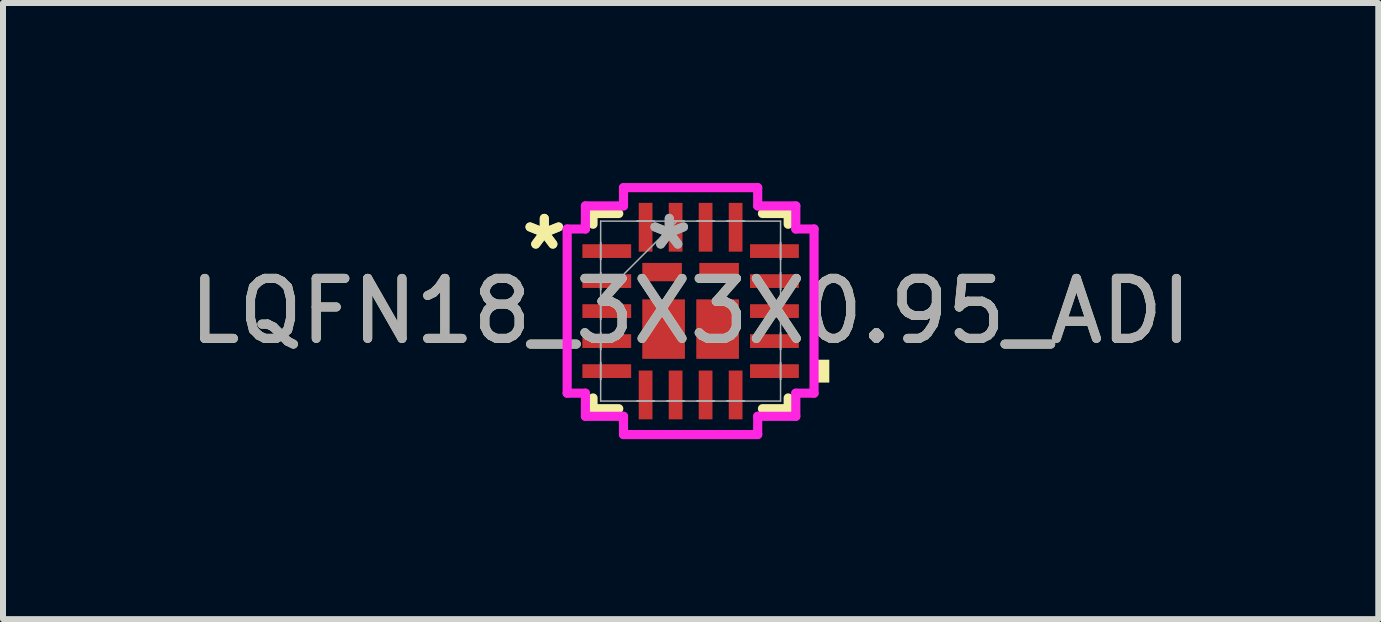
<source format=kicad_pcb>
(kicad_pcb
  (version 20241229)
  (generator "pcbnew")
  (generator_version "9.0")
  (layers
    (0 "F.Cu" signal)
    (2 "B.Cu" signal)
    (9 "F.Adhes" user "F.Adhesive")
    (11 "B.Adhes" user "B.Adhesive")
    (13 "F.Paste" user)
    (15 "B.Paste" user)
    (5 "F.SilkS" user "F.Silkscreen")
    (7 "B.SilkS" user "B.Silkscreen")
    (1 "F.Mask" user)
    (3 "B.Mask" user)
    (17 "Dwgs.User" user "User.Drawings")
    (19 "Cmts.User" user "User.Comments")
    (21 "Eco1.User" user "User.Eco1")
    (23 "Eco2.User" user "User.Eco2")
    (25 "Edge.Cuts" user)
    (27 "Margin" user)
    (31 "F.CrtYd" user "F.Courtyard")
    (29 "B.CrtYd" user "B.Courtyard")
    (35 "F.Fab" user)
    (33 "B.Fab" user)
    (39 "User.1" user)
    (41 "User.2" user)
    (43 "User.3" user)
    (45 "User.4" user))
  (footprint "LQFN18_3X3X0.95_ADI"
    (layer "F.Cu")
    (at 8.458 2.134)
    (property "Reference" "LQFN18_3X3X0.95_ADI" (at 0 0 0) (unlocked yes) (layer "F.SilkS") (effects (font (size 1 1) (thickness 0.15))))
    (attr smd)
    (fp_line (start -1.626 -1.626) (end -1.626 -1.447) (stroke (width 0.152) (type solid)) (layer "F.SilkS"))
    (fp_line (start -1.626 1.447) (end -1.626 1.626) (stroke (width 0.152) (type solid)) (layer "F.SilkS"))
    (fp_line (start -1.626 1.626) (end -1.197 1.626) (stroke (width 0.152) (type solid)) (layer "F.SilkS"))
    (fp_line (start -1.197 -1.626) (end -1.626 -1.626) (stroke (width 0.152) (type solid)) (layer "F.SilkS"))
    (fp_line (start 1.197 1.626) (end 1.626 1.626) (stroke (width 0.152) (type solid)) (layer "F.SilkS"))
    (fp_line (start 1.626 -1.626) (end 1.197 -1.626) (stroke (width 0.152) (type solid)) (layer "F.SilkS"))
    (fp_line (start 1.626 -1.447) (end 1.626 -1.626) (stroke (width 0.152) (type solid)) (layer "F.SilkS"))
    (fp_line (start 1.626 1.626) (end 1.626 1.447) (stroke (width 0.152) (type solid)) (layer "F.SilkS"))
    (fp_poly (pts (xy 2.311 0.81) (xy 2.311 1.191) (xy 2.057 1.191) (xy 2.057 0.81)) (stroke (width 0) (type solid)) (fill yes) (layer "F.SilkS"))
    (fp_line (start -2.057 -1.368) (end -1.753 -1.368) (stroke (width 0.152) (type solid)) (layer "F.CrtYd"))
    (fp_line (start -2.057 1.368) (end -2.057 -1.368) (stroke (width 0.152) (type solid)) (layer "F.CrtYd"))
    (fp_line (start -1.753 -1.753) (end -1.118 -1.753) (stroke (width 0.152) (type solid)) (layer "F.CrtYd"))
    (fp_line (start -1.753 -1.368) (end -1.753 -1.753) (stroke (width 0.152) (type solid)) (layer "F.CrtYd"))
    (fp_line (start -1.753 1.368) (end -2.057 1.368) (stroke (width 0.152) (type solid)) (layer "F.CrtYd"))
    (fp_line (start -1.753 1.753) (end -1.753 1.368) (stroke (width 0.152) (type solid)) (layer "F.CrtYd"))
    (fp_line (start -1.118 -2.057) (end 1.118 -2.057) (stroke (width 0.152) (type solid)) (layer "F.CrtYd"))
    (fp_line (start -1.118 -1.753) (end -1.118 -2.057) (stroke (width 0.152) (type solid)) (layer "F.CrtYd"))
    (fp_line (start -1.118 1.753) (end -1.753 1.753) (stroke (width 0.152) (type solid)) (layer "F.CrtYd"))
    (fp_line (start -1.118 2.057) (end -1.118 1.753) (stroke (width 0.152) (type solid)) (layer "F.CrtYd"))
    (fp_line (start 1.118 -2.057) (end 1.118 -1.753) (stroke (width 0.152) (type solid)) (layer "F.CrtYd"))
    (fp_line (start 1.118 -1.753) (end 1.753 -1.753) (stroke (width 0.152) (type solid)) (layer "F.CrtYd"))
    (fp_line (start 1.118 1.753) (end 1.118 2.057) (stroke (width 0.152) (type solid)) (layer "F.CrtYd"))
    (fp_line (start 1.118 2.057) (end -1.118 2.057) (stroke (width 0.152) (type solid)) (layer "F.CrtYd"))
    (fp_line (start 1.753 -1.753) (end 1.753 -1.368) (stroke (width 0.152) (type solid)) (layer "F.CrtYd"))
    (fp_line (start 1.753 -1.368) (end 2.057 -1.368) (stroke (width 0.152) (type solid)) (layer "F.CrtYd"))
    (fp_line (start 1.753 1.368) (end 1.753 1.753) (stroke (width 0.152) (type solid)) (layer "F.CrtYd"))
    (fp_line (start 1.753 1.753) (end 1.118 1.753) (stroke (width 0.152) (type solid)) (layer "F.CrtYd"))
    (fp_line (start 2.057 -1.368) (end 2.057 1.368) (stroke (width 0.152) (type solid)) (layer "F.CrtYd"))
    (fp_line (start 2.057 1.368) (end 1.753 1.368) (stroke (width 0.152) (type solid)) (layer "F.CrtYd"))
    (fp_line (start -1.499 -1.499) (end -1.499 1.499) (stroke (width 0.025) (type solid)) (layer "F.Fab"))
    (fp_line (start -1.499 -1.14) (end -1.499 -1.14) (stroke (width 0.025) (type solid)) (layer "F.Fab"))
    (fp_line (start -1.499 -1.14) (end -1.499 -0.86) (stroke (width 0.025) (type solid)) (layer "F.Fab"))
    (fp_line (start -1.499 -0.86) (end -1.499 -1.14) (stroke (width 0.025) (type solid)) (layer "F.Fab"))
    (fp_line (start -1.499 -0.86) (end -1.499 -0.86) (stroke (width 0.025) (type solid)) (layer "F.Fab"))
    (fp_line (start -1.499 -0.64) (end -1.499 -0.64) (stroke (width 0.025) (type solid)) (layer "F.Fab"))
    (fp_line (start -1.499 -0.64) (end -1.499 -0.36) (stroke (width 0.025) (type solid)) (layer "F.Fab"))
    (fp_line (start -1.499 -0.36) (end -1.499 -0.64) (stroke (width 0.025) (type solid)) (layer "F.Fab"))
    (fp_line (start -1.499 -0.36) (end -1.499 -0.36) (stroke (width 0.025) (type solid)) (layer "F.Fab"))
    (fp_line (start -1.499 -0.229) (end -0.229 -1.499) (stroke (width 0.025) (type solid)) (layer "F.Fab"))
    (fp_line (start -1.499 -0.14) (end -1.499 -0.14) (stroke (width 0.025) (type solid)) (layer "F.Fab"))
    (fp_line (start -1.499 -0.14) (end -1.499 0.14) (stroke (width 0.025) (type solid)) (layer "F.Fab"))
    (fp_line (start -1.499 0.14) (end -1.499 -0.14) (stroke (width 0.025) (type solid)) (layer "F.Fab"))
    (fp_line (start -1.499 0.14) (end -1.499 0.14) (stroke (width 0.025) (type solid)) (layer "F.Fab"))
    (fp_line (start -1.499 0.36) (end -1.499 0.36) (stroke (width 0.025) (type solid)) (layer "F.Fab"))
    (fp_line (start -1.499 0.36) (end -1.499 0.64) (stroke (width 0.025) (type solid)) (layer "F.Fab"))
    (fp_line (start -1.499 0.64) (end -1.499 0.36) (stroke (width 0.025) (type solid)) (layer "F.Fab"))
    (fp_line (start -1.499 0.64) (end -1.499 0.64) (stroke (width 0.025) (type solid)) (layer "F.Fab"))
    (fp_line (start -1.499 0.86) (end -1.499 0.86) (stroke (width 0.025) (type solid)) (layer "F.Fab"))
    (fp_line (start -1.499 0.86) (end -1.499 1.14) (stroke (width 0.025) (type solid)) (layer "F.Fab"))
    (fp_line (start -1.499 1.14) (end -1.499 0.86) (stroke (width 0.025) (type solid)) (layer "F.Fab"))
    (fp_line (start -1.499 1.14) (end -1.499 1.14) (stroke (width 0.025) (type solid)) (layer "F.Fab"))
    (fp_line (start -1.499 1.499) (end 1.499 1.499) (stroke (width 0.025) (type solid)) (layer "F.Fab"))
    (fp_line (start -0.89 -1.499) (end -0.89 -1.499) (stroke (width 0.025) (type solid)) (layer "F.Fab"))
    (fp_line (start -0.89 -1.499) (end -0.61 -1.499) (stroke (width 0.025) (type solid)) (layer "F.Fab"))
    (fp_line (start -0.89 1.499) (end -0.89 1.499) (stroke (width 0.025) (type solid)) (layer "F.Fab"))
    (fp_line (start -0.89 1.499) (end -0.61 1.499) (stroke (width 0.025) (type solid)) (layer "F.Fab"))
    (fp_line (start -0.61 -1.499) (end -0.89 -1.499) (stroke (width 0.025) (type solid)) (layer "F.Fab"))
    (fp_line (start -0.61 -1.499) (end -0.61 -1.499) (stroke (width 0.025) (type solid)) (layer "F.Fab"))
    (fp_line (start -0.61 1.499) (end -0.89 1.499) (stroke (width 0.025) (type solid)) (layer "F.Fab"))
    (fp_line (start -0.61 1.499) (end -0.61 1.499) (stroke (width 0.025) (type solid)) (layer "F.Fab"))
    (fp_line (start -0.39 -1.499) (end -0.39 -1.499) (stroke (width 0.025) (type solid)) (layer "F.Fab"))
    (fp_line (start -0.39 -1.499) (end -0.11 -1.499) (stroke (width 0.025) (type solid)) (layer "F.Fab"))
    (fp_line (start -0.39 1.499) (end -0.39 1.499) (stroke (width 0.025) (type solid)) (layer "F.Fab"))
    (fp_line (start -0.39 1.499) (end -0.11 1.499) (stroke (width 0.025) (type solid)) (layer "F.Fab"))
    (fp_line (start -0.11 -1.499) (end -0.39 -1.499) (stroke (width 0.025) (type solid)) (layer "F.Fab"))
    (fp_line (start -0.11 -1.499) (end -0.11 -1.499) (stroke (width 0.025) (type solid)) (layer "F.Fab"))
    (fp_line (start -0.11 1.499) (end -0.39 1.499) (stroke (width 0.025) (type solid)) (layer "F.Fab"))
    (fp_line (start -0.11 1.499) (end -0.11 1.499) (stroke (width 0.025) (type solid)) (layer "F.Fab"))
    (fp_line (start 0.11 -1.499) (end 0.11 -1.499) (stroke (width 0.025) (type solid)) (layer "F.Fab"))
    (fp_line (start 0.11 -1.499) (end 0.39 -1.499) (stroke (width 0.025) (type solid)) (layer "F.Fab"))
    (fp_line (start 0.11 1.499) (end 0.11 1.499) (stroke (width 0.025) (type solid)) (layer "F.Fab"))
    (fp_line (start 0.11 1.499) (end 0.39 1.499) (stroke (width 0.025) (type solid)) (layer "F.Fab"))
    (fp_line (start 0.39 -1.499) (end 0.11 -1.499) (stroke (width 0.025) (type solid)) (layer "F.Fab"))
    (fp_line (start 0.39 -1.499) (end 0.39 -1.499) (stroke (width 0.025) (type solid)) (layer "F.Fab"))
    (fp_line (start 0.39 1.499) (end 0.11 1.499) (stroke (width 0.025) (type solid)) (layer "F.Fab"))
    (fp_line (start 0.39 1.499) (end 0.39 1.499) (stroke (width 0.025) (type solid)) (layer "F.Fab"))
    (fp_line (start 0.61 -1.499) (end 0.61 -1.499) (stroke (width 0.025) (type solid)) (layer "F.Fab"))
    (fp_line (start 0.61 -1.499) (end 0.89 -1.499) (stroke (width 0.025) (type solid)) (layer "F.Fab"))
    (fp_line (start 0.61 1.499) (end 0.61 1.499) (stroke (width 0.025) (type solid)) (layer "F.Fab"))
    (fp_line (start 0.61 1.499) (end 0.89 1.499) (stroke (width 0.025) (type solid)) (layer "F.Fab"))
    (fp_line (start 0.89 -1.499) (end 0.61 -1.499) (stroke (width 0.025) (type solid)) (layer "F.Fab"))
    (fp_line (start 0.89 -1.499) (end 0.89 -1.499) (stroke (width 0.025) (type solid)) (layer "F.Fab"))
    (fp_line (start 0.89 1.499) (end 0.61 1.499) (stroke (width 0.025) (type solid)) (layer "F.Fab"))
    (fp_line (start 0.89 1.499) (end 0.89 1.499) (stroke (width 0.025) (type solid)) (layer "F.Fab"))
    (fp_line (start 1.499 -1.499) (end -1.499 -1.499) (stroke (width 0.025) (type solid)) (layer "F.Fab"))
    (fp_line (start 1.499 -1.14) (end 1.499 -1.14) (stroke (width 0.025) (type solid)) (layer "F.Fab"))
    (fp_line (start 1.499 -1.14) (end 1.499 -0.86) (stroke (width 0.025) (type solid)) (layer "F.Fab"))
    (fp_line (start 1.499 -0.86) (end 1.499 -1.14) (stroke (width 0.025) (type solid)) (layer "F.Fab"))
    (fp_line (start 1.499 -0.86) (end 1.499 -0.86) (stroke (width 0.025) (type solid)) (layer "F.Fab"))
    (fp_line (start 1.499 -0.64) (end 1.499 -0.64) (stroke (width 0.025) (type solid)) (layer "F.Fab"))
    (fp_line (start 1.499 -0.64) (end 1.499 -0.36) (stroke (width 0.025) (type solid)) (layer "F.Fab"))
    (fp_line (start 1.499 -0.36) (end 1.499 -0.64) (stroke (width 0.025) (type solid)) (layer "F.Fab"))
    (fp_line (start 1.499 -0.36) (end 1.499 -0.36) (stroke (width 0.025) (type solid)) (layer "F.Fab"))
    (fp_line (start 1.499 -0.14) (end 1.499 -0.14) (stroke (width 0.025) (type solid)) (layer "F.Fab"))
    (fp_line (start 1.499 -0.14) (end 1.499 0.14) (stroke (width 0.025) (type solid)) (layer "F.Fab"))
    (fp_line (start 1.499 0.14) (end 1.499 -0.14) (stroke (width 0.025) (type solid)) (layer "F.Fab"))
    (fp_line (start 1.499 0.14) (end 1.499 0.14) (stroke (width 0.025) (type solid)) (layer "F.Fab"))
    (fp_line (start 1.499 0.36) (end 1.499 0.36) (stroke (width 0.025) (type solid)) (layer "F.Fab"))
    (fp_line (start 1.499 0.36) (end 1.499 0.64) (stroke (width 0.025) (type solid)) (layer "F.Fab"))
    (fp_line (start 1.499 0.64) (end 1.499 0.36) (stroke (width 0.025) (type solid)) (layer "F.Fab"))
    (fp_line (start 1.499 0.64) (end 1.499 0.64) (stroke (width 0.025) (type solid)) (layer "F.Fab"))
    (fp_line (start 1.499 0.86) (end 1.499 0.86) (stroke (width 0.025) (type solid)) (layer "F.Fab"))
    (fp_line (start 1.499 0.86) (end 1.499 1.14) (stroke (width 0.025) (type solid)) (layer "F.Fab"))
    (fp_line (start 1.499 1.14) (end 1.499 0.86) (stroke (width 0.025) (type solid)) (layer "F.Fab"))
    (fp_line (start 1.499 1.14) (end 1.499 1.14) (stroke (width 0.025) (type solid)) (layer "F.Fab"))
    (fp_line (start 1.499 1.499) (end 1.499 -1.499) (stroke (width 0.025) (type solid)) (layer "F.Fab"))
    (fp_text user "*" (at -2.438 -1 0) (layer "F.SilkS") (effects (font (size 1 1) (thickness 0.15))))
    (fp_text user "*" (at -2.438 -1 0) (unlocked yes) (layer "F.SilkS") (effects (font (size 1 1) (thickness 0.15))))
    (fp_text user "*" (at -0.356 -1 0) (layer "F.Fab") (effects (font (size 1 1) (thickness 0.15))))
    (fp_text user "${REFERENCE}" (at 0 0 0) (unlocked yes) (layer "F.Fab") (effects (font (size 1 1) (thickness 0.15))))
    (fp_text user "*" (at -0.356 -1 0) (unlocked yes) (layer "F.Fab") (effects (font (size 1 1) (thickness 0.15))))
    (pad "1" smd rect (at -1.397 -1 90) (size 0.229 0.813) (layers "F.Cu" "F.Mask" "F.Paste"))
    (pad "2" smd rect (at -1.397 -0.5 90) (size 0.229 0.813) (layers "F.Cu" "F.Mask" "F.Paste"))
    (pad "3" smd rect (at -1.397 0 90) (size 0.229 0.813) (layers "F.Cu" "F.Mask" "F.Paste"))
    (pad "4" smd rect (at -1.397 0.5 90) (size 0.229 0.813) (layers "F.Cu" "F.Mask" "F.Paste"))
    (pad "5" smd rect (at -1.397 1 90) (size 0.229 0.813) (layers "F.Cu" "F.Mask" "F.Paste"))
    (pad "6" smd rect (at -0.75 1.397) (size 0.229 0.813) (layers "F.Cu" "F.Mask" "F.Paste"))
    (pad "7" smd rect (at -0.25 1.397) (size 0.229 0.813) (layers "F.Cu" "F.Mask" "F.Paste"))
    (pad "8" smd rect (at 0.25 1.397) (size 0.229 0.813) (layers "F.Cu" "F.Mask" "F.Paste"))
    (pad "9" smd rect (at 0.75 1.397) (size 0.229 0.813) (layers "F.Cu" "F.Mask" "F.Paste"))
    (pad "10" smd rect (at 1.397 1 90) (size 0.229 0.813) (layers "F.Cu" "F.Mask" "F.Paste"))
    (pad "11" smd rect (at 1.397 0.5 90) (size 0.229 0.813) (layers "F.Cu" "F.Mask" "F.Paste"))
    (pad "12" smd rect (at 1.397 0 90) (size 0.229 0.813) (layers "F.Cu" "F.Mask" "F.Paste"))
    (pad "13" smd rect (at 1.397 -0.5 90) (size 0.229 0.813) (layers "F.Cu" "F.Mask" "F.Paste"))
    (pad "14" smd rect (at 1.397 -1 90) (size 0.229 0.813) (layers "F.Cu" "F.Mask" "F.Paste"))
    (pad "15" smd rect (at 0.75 -1.397) (size 0.229 0.813) (layers "F.Cu" "F.Mask" "F.Paste"))
    (pad "16" smd rect (at 0.25 -1.397) (size 0.229 0.813) (layers "F.Cu" "F.Mask" "F.Paste"))
    (pad "17" smd rect (at -0.25 -1.397) (size 0.229 0.813) (layers "F.Cu" "F.Mask" "F.Paste"))
    (pad "18" smd rect (at -0.75 -1.397) (size 0.229 0.813) (layers "F.Cu" "F.Mask" "F.Paste"))
    (pad "19" smd rect (at -0.475 -0.65) (size 0.66 0.305) (layers "F.Cu" "F.Mask" "F.Paste"))
    (pad "20" smd rect (at 0.475 -0.65) (size 0.66 0.305) (layers "F.Cu" "F.Mask" "F.Paste"))
    (pad "21" smd rect (at -0.45 0.3) (size 0.711 0.991) (layers "F.Cu" "F.Mask" "F.Paste"))
    (pad "22" smd rect (at 0.45 0.3) (size 0.711 0.991) (layers "F.Cu" "F.Mask" "F.Paste")))
  (gr_rect
    (start -3 -3)
    (end 19.917 7.267)
    (stroke (width 0.1) (type default))
    (fill no)
    (layer "Edge.Cuts")))
</source>
